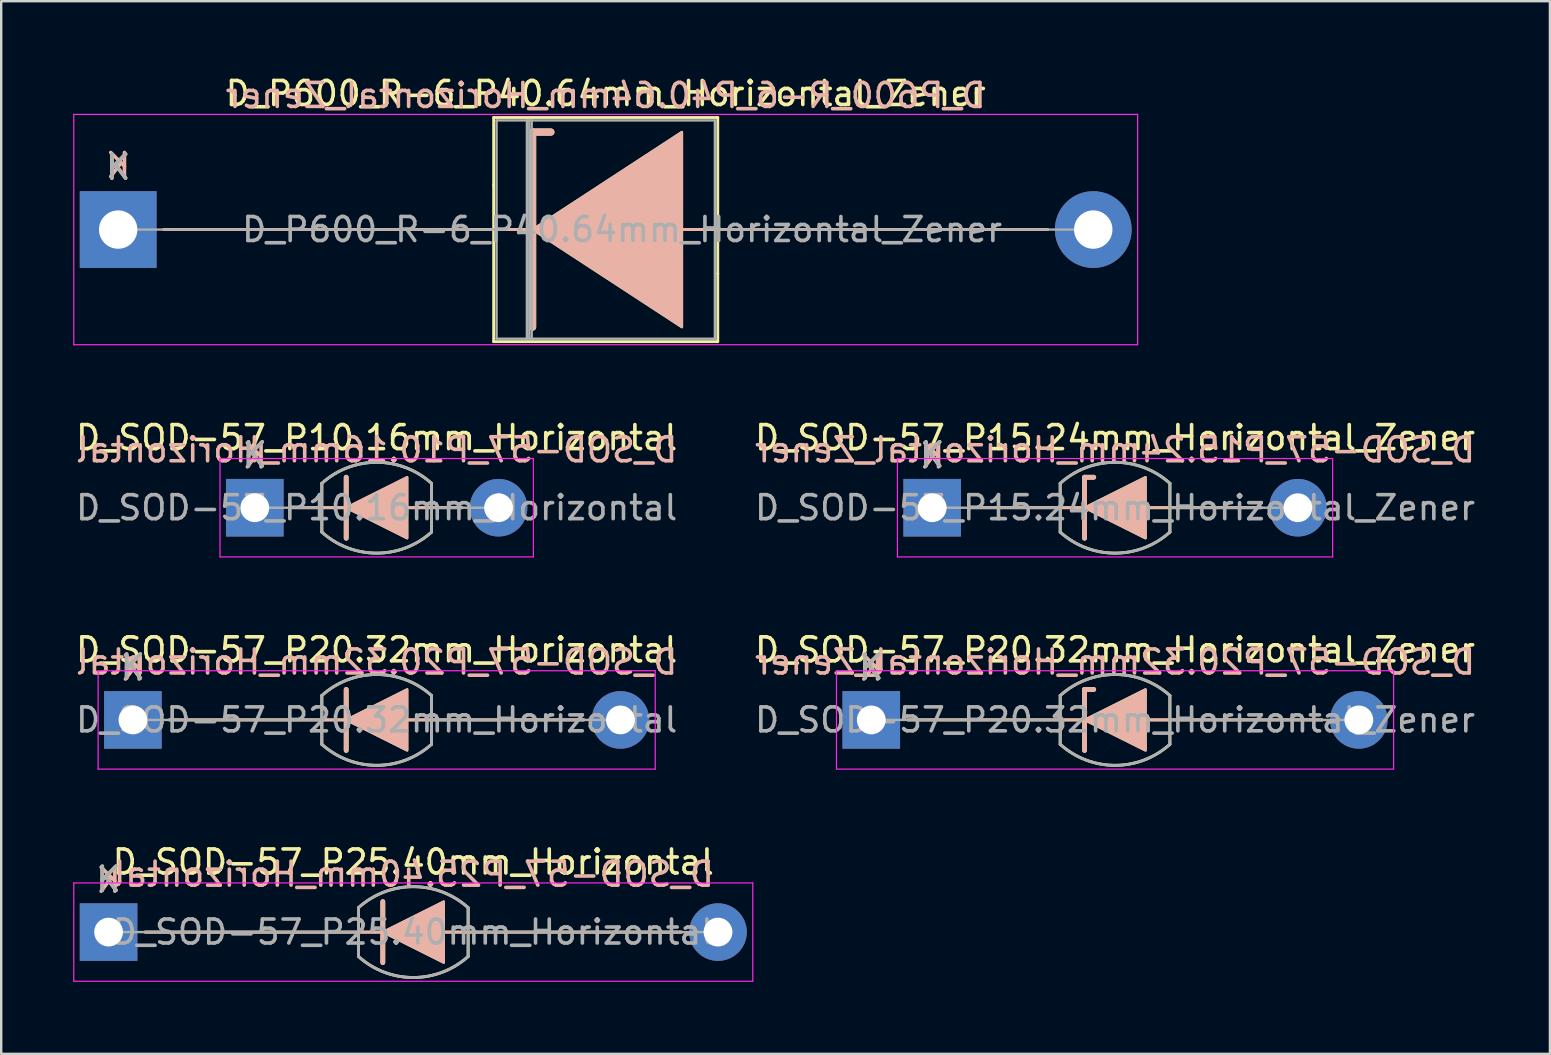
<source format=kicad_pcb>
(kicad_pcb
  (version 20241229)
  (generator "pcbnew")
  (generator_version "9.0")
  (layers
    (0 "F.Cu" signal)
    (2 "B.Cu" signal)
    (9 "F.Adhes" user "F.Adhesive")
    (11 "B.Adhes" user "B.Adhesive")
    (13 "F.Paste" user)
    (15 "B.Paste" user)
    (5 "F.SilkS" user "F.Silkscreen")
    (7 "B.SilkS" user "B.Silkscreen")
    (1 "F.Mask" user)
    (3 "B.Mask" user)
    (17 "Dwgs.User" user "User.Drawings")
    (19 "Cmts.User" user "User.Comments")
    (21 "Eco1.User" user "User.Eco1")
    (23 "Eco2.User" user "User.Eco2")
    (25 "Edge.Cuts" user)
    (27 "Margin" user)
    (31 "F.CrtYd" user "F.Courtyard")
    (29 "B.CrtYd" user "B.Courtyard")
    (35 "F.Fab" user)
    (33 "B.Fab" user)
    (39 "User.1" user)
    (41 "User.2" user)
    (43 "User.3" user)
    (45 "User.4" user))
  (footprint "D_SOD-57_P10.16mm_Horizontal"
    (layer "F.Cu")
    (at 7.569 18.111)
    (property "Reference" "D_SOD-57_P10.16mm_Horizontal" (at 5.08 -2.92 0) (layer "F.SilkS") (effects (font (size 1 1) (thickness 0.15))))
    (fp_line (start 1.524 0) (end 8.636 0) (stroke (width 0.12) (type solid)) (layer "F.SilkS"))
    (fp_line (start 2.794 -1.016) (end 2.794 1.016) (stroke (width 0.12) (type solid)) (layer "F.SilkS"))
    (fp_line (start 3.81 1.27) (end 3.81 -1.27) (stroke (width 0.2) (type solid)) (layer "F.SilkS"))
    (fp_line (start 7.366 -1.016) (end 7.366 1.016) (stroke (width 0.12) (type solid)) (layer "F.SilkS"))
    (fp_arc (start 2.794 -1.016) (mid 5.079999 -1.89322) (end 7.365998 -1.016) (stroke (width 0.12) (type solid)) (layer "F.SilkS"))
    (fp_arc (start 7.366 1.016) (mid 5.080001 1.89322) (end 2.794002 1.016) (stroke (width 0.12) (type solid)) (layer "F.SilkS"))
    (fp_poly (pts (xy 6.35 1.27) (xy 3.81 0) (xy 6.35 -1.27)) (stroke (width 0.1) (type solid)) (fill yes) (layer "F.SilkS"))
    (fp_line (start 1.524 0) (end 8.636 0) (stroke (width 0.12) (type solid)) (layer "B.SilkS"))
    (fp_line (start 3.81 -1.27) (end 3.81 1.27) (stroke (width 0.2) (type solid)) (layer "B.SilkS"))
    (fp_poly (pts (xy 6.35 -1.27) (xy 3.81 0) (xy 6.35 1.27)) (stroke (width 0.1) (type solid)) (fill yes) (layer "B.SilkS"))
    (fp_line (start -1.45 -2.05) (end -1.45 2.05) (stroke (width 0.05) (type solid)) (layer "F.CrtYd"))
    (fp_line (start -1.45 2.05) (end 11.61 2.05) (stroke (width 0.05) (type solid)) (layer "F.CrtYd"))
    (fp_line (start 11.61 -2.05) (end -1.45 -2.05) (stroke (width 0.05) (type solid)) (layer "F.CrtYd"))
    (fp_line (start 11.61 2.05) (end 11.61 -2.05) (stroke (width 0.05) (type solid)) (layer "F.CrtYd"))
    (fp_line (start 0 0) (end 2.794 0) (stroke (width 0.1) (type solid)) (layer "F.Fab"))
    (fp_line (start 2.794 -1.016) (end 2.794 1.016) (stroke (width 0.12) (type solid)) (layer "F.Fab"))
    (fp_line (start 7.366 -1.016) (end 7.366 1.016) (stroke (width 0.12) (type solid)) (layer "F.Fab"))
    (fp_line (start 10.16 0) (end 7.366 0) (stroke (width 0.1) (type solid)) (layer "F.Fab"))
    (fp_arc (start 2.794 -1.016) (mid 5.08037 -1.894241) (end 7.367132 -1.017021) (stroke (width 0.12) (type solid)) (layer "F.Fab"))
    (fp_arc (start 7.367134 1.014979) (mid 5.080764 1.89322) (end 2.794002 1.016) (stroke (width 0.12) (type solid)) (layer "F.Fab"))
    (fp_text user "K" (at 0 -2.2 0) (layer "F.SilkS") (effects (font (size 1 1) (thickness 0.15))))
    (fp_text user "K" (at 0 -2.159 0) (layer "B.SilkS") (effects (font (size 1 1) (thickness 0.15)) (justify mirror)))
    (fp_text user "${REFERENCE}" (at 5.08 -2.413 0) (layer "B.SilkS") (effects (font (size 1 1) (thickness 0.15)) (justify mirror)))
    (fp_text user "K" (at 0 -2.2 0) (layer "F.Fab") (effects (font (size 1 1) (thickness 0.15))))
    (fp_text user "${REFERENCE}" (at 5.08 0 0) (layer "F.Fab") (effects (font (size 1 1) (thickness 0.15))))
    (pad "1" thru_hole rect (at 0 0) (size 2.4 2.4) (drill 1.2) (layers "*.Cu" "*.Mask"))
    (pad "2" thru_hole oval (at 10.16 0) (size 2.4 2.4) (drill 1.2) (layers "*.Cu" "*.Mask")))
  (footprint "D_SOD-57_P25.40mm_Horizontal"
    (layer "F.Cu")
    (at 1.475 35.798)
    (property "Reference" "D_SOD-57_P25.40mm_Horizontal" (at 12.7 -2.92 0) (layer "F.SilkS") (effects (font (size 1 1) (thickness 0.15))))
    (fp_line (start 1.524 0) (end 23.876 0) (stroke (width 0.12) (type solid)) (layer "F.SilkS"))
    (fp_line (start 10.414 -1.016) (end 10.414 1.016) (stroke (width 0.12) (type solid)) (layer "F.SilkS"))
    (fp_line (start 11.43 1.27) (end 11.43 -1.27) (stroke (width 0.2) (type solid)) (layer "F.SilkS"))
    (fp_line (start 14.986 -1.016) (end 14.986 1.016) (stroke (width 0.12) (type solid)) (layer "F.SilkS"))
    (fp_arc (start 10.414 -1.016) (mid 12.699999 -1.89322) (end 14.985998 -1.016) (stroke (width 0.12) (type solid)) (layer "F.SilkS"))
    (fp_arc (start 14.986 1.016) (mid 12.700001 1.89322) (end 10.414002 1.016) (stroke (width 0.12) (type solid)) (layer "F.SilkS"))
    (fp_poly (pts (xy 13.97 1.27) (xy 11.43 0) (xy 13.97 -1.27)) (stroke (width 0.1) (type solid)) (fill yes) (layer "F.SilkS"))
    (fp_line (start 1.524 0) (end 23.876 0) (stroke (width 0.12) (type solid)) (layer "B.SilkS"))
    (fp_line (start 11.43 -1.27) (end 11.43 1.27) (stroke (width 0.2) (type solid)) (layer "B.SilkS"))
    (fp_poly (pts (xy 13.97 -1.27) (xy 11.43 0) (xy 13.97 1.27)) (stroke (width 0.1) (type solid)) (fill yes) (layer "B.SilkS"))
    (fp_line (start -1.45 -2.05) (end -1.45 2.05) (stroke (width 0.05) (type solid)) (layer "F.CrtYd"))
    (fp_line (start -1.45 2.05) (end 26.85 2.05) (stroke (width 0.05) (type solid)) (layer "F.CrtYd"))
    (fp_line (start 26.85 -2.05) (end -1.45 -2.05) (stroke (width 0.05) (type solid)) (layer "F.CrtYd"))
    (fp_line (start 26.85 2.05) (end 26.85 -2.05) (stroke (width 0.05) (type solid)) (layer "F.CrtYd"))
    (fp_line (start 0 0) (end 10.414 0) (stroke (width 0.1) (type solid)) (layer "F.Fab"))
    (fp_line (start 10.414 -1.016) (end 10.414 1.016) (stroke (width 0.12) (type solid)) (layer "F.Fab"))
    (fp_line (start 14.986 -1.016) (end 14.986 1.016) (stroke (width 0.12) (type solid)) (layer "F.Fab"))
    (fp_line (start 25.4 0) (end 14.986 0) (stroke (width 0.1) (type solid)) (layer "F.Fab"))
    (fp_arc (start 10.414 -1.016) (mid 12.70037 -1.894241) (end 14.987132 -1.017021) (stroke (width 0.12) (type solid)) (layer "F.Fab"))
    (fp_arc (start 14.987134 1.014979) (mid 12.700764 1.89322) (end 10.414002 1.016) (stroke (width 0.12) (type solid)) (layer "F.Fab"))
    (fp_text user "K" (at 0 -2.2 0) (layer "F.SilkS") (effects (font (size 1 1) (thickness 0.15))))
    (fp_text user "K" (at 0 -2.159 0) (layer "B.SilkS") (effects (font (size 1 1) (thickness 0.15)) (justify mirror)))
    (fp_text user "${REFERENCE}" (at 12.7 -2.413 0) (layer "B.SilkS") (effects (font (size 1 1) (thickness 0.15)) (justify mirror)))
    (fp_text user "K" (at 0 -2.2 0) (layer "F.Fab") (effects (font (size 1 1) (thickness 0.15))))
    (fp_text user "${REFERENCE}" (at 12.7 0 0) (layer "F.Fab") (effects (font (size 1 1) (thickness 0.15))))
    (pad "1" thru_hole rect (at 0 0) (size 2.4 2.4) (drill 1.2) (layers "*.Cu" "*.Mask"))
    (pad "2" thru_hole oval (at 25.4 0) (size 2.4 2.4) (drill 1.2) (layers "*.Cu" "*.Mask")))
  (footprint "D_P600_R-6_P40.64mm_Horizontal_Zener"
    (layer "F.Cu")
    (at 1.875 6.518)
    (property "Reference" "D_P600_R-6_P40.64mm_Horizontal_Zener" (at 20.32 -5.67 0) (layer "F.SilkS") (effects (font (size 1 1) (thickness 0.15))))
    (fp_line (start 15.65 -4.67) (end 24.99 -4.67) (stroke (width 0.12) (type solid)) (layer "F.SilkS"))
    (fp_line (start 15.65 -1.84) (end 15.65 -4.67) (stroke (width 0.12) (type solid)) (layer "F.SilkS"))
    (fp_line (start 15.65 -1.84) (end 15.65 4.67) (stroke (width 0.12) (type solid)) (layer "F.SilkS"))
    (fp_line (start 15.65 4.67) (end 24.99 4.67) (stroke (width 0.12) (type solid)) (layer "F.SilkS"))
    (fp_line (start 17.145 0) (end 1.905 0) (stroke (width 0.12) (type solid)) (layer "F.SilkS"))
    (fp_line (start 17.272 -4.064) (end 17.272 4.064) (stroke (width 0.3) (type solid)) (layer "F.SilkS"))
    (fp_line (start 17.272 -4.064) (end 18.034 -4.064) (stroke (width 0.3) (type solid)) (layer "F.SilkS"))
    (fp_line (start 23.368 0) (end 38.735 0) (stroke (width 0.12) (type solid)) (layer "F.SilkS"))
    (fp_line (start 24.99 -4.67) (end 24.99 1.84) (stroke (width 0.12) (type solid)) (layer "F.SilkS"))
    (fp_line (start 24.99 4.67) (end 24.99 1.84) (stroke (width 0.12) (type solid)) (layer "F.SilkS"))
    (fp_poly (pts (xy 23.495 4.064) (xy 17.272 0) (xy 23.495 -4.064)) (stroke (width 0.1) (type solid)) (fill yes) (layer "F.SilkS"))
    (fp_line (start 17.145 0) (end 1.905 0) (stroke (width 0.12) (type solid)) (layer "B.SilkS"))
    (fp_line (start 17.272 -4.064) (end 18.034 -4.064) (stroke (width 0.3) (type solid)) (layer "B.SilkS"))
    (fp_line (start 17.272 4.064) (end 17.272 -4.064) (stroke (width 0.3) (type solid)) (layer "B.SilkS"))
    (fp_line (start 23.368 0) (end 38.735 0) (stroke (width 0.12) (type solid)) (layer "B.SilkS"))
    (fp_poly (pts (xy 23.495 -4.064) (xy 17.272 0) (xy 23.495 4.064)) (stroke (width 0.1) (type solid)) (fill yes) (layer "B.SilkS"))
    (fp_line (start -1.85 -4.8) (end -1.85 4.8) (stroke (width 0.05) (type solid)) (layer "F.CrtYd"))
    (fp_line (start -1.85 4.8) (end 42.49 4.8) (stroke (width 0.05) (type solid)) (layer "F.CrtYd"))
    (fp_line (start 42.49 -4.8) (end -1.85 -4.8) (stroke (width 0.05) (type solid)) (layer "F.CrtYd"))
    (fp_line (start 42.49 4.8) (end 42.49 -4.8) (stroke (width 0.05) (type solid)) (layer "F.CrtYd"))
    (fp_line (start 0 0) (end 15.77 0) (stroke (width 0.1) (type solid)) (layer "F.Fab"))
    (fp_line (start 15.77 -4.55) (end 15.77 4.55) (stroke (width 0.1) (type solid)) (layer "F.Fab"))
    (fp_line (start 15.77 4.55) (end 24.87 4.55) (stroke (width 0.1) (type solid)) (layer "F.Fab"))
    (fp_line (start 17.035 -4.55) (end 17.035 4.55) (stroke (width 0.1) (type solid)) (layer "F.Fab"))
    (fp_line (start 17.135 -4.55) (end 17.135 4.55) (stroke (width 0.1) (type solid)) (layer "F.Fab"))
    (fp_line (start 17.235 -4.55) (end 17.235 4.55) (stroke (width 0.1) (type solid)) (layer "F.Fab"))
    (fp_line (start 24.87 -4.55) (end 15.77 -4.55) (stroke (width 0.1) (type solid)) (layer "F.Fab"))
    (fp_line (start 24.87 4.55) (end 24.87 -4.55) (stroke (width 0.1) (type solid)) (layer "F.Fab"))
    (fp_line (start 40.64 0) (end 24.87 0) (stroke (width 0.1) (type solid)) (layer "F.Fab"))
    (fp_text user "K" (at 0 -2.6 0) (layer "F.SilkS") (effects (font (size 1 1) (thickness 0.15))))
    (fp_text user "${REFERENCE}" (at 20.32 -5.588 0) (layer "B.SilkS") (effects (font (size 1 1) (thickness 0.15)) (justify mirror)))
    (fp_text user "K" (at 0 -2.667 0) (layer "B.SilkS") (effects (font (size 1 1) (thickness 0.15)) (justify mirror)))
    (fp_text user "${REFERENCE}" (at 21.003 0 0) (layer "F.Fab") (effects (font (size 1 1) (thickness 0.15))))
    (fp_text user "K" (at 0 -2.6 0) (layer "F.Fab") (effects (font (size 1 1) (thickness 0.15))))
    (pad "1" thru_hole rect (at 0 0) (size 3.2 3.2) (drill 1.6) (layers "*.Cu" "*.Mask"))
    (pad "2" thru_hole oval (at 40.64 0) (size 3.2 3.2) (drill 1.6) (layers "*.Cu" "*.Mask")))
  (footprint "D_SOD-57_P20.32mm_Horizontal"
    (layer "F.Cu")
    (at 2.489 26.955)
    (property "Reference" "D_SOD-57_P20.32mm_Horizontal" (at 10.16 -2.92 0) (layer "F.SilkS") (effects (font (size 1 1) (thickness 0.15))))
    (fp_line (start 1.524 0) (end 18.796 0) (stroke (width 0.12) (type solid)) (layer "F.SilkS"))
    (fp_line (start 7.874 -1.016) (end 7.874 1.016) (stroke (width 0.12) (type solid)) (layer "F.SilkS"))
    (fp_line (start 8.89 1.27) (end 8.89 -1.27) (stroke (width 0.2) (type solid)) (layer "F.SilkS"))
    (fp_line (start 12.446 -1.016) (end 12.446 1.016) (stroke (width 0.12) (type solid)) (layer "F.SilkS"))
    (fp_arc (start 7.874 -1.016) (mid 10.159999 -1.89322) (end 12.445998 -1.016) (stroke (width 0.12) (type solid)) (layer "F.SilkS"))
    (fp_arc (start 12.446 1.016) (mid 10.160001 1.89322) (end 7.874002 1.016) (stroke (width 0.12) (type solid)) (layer "F.SilkS"))
    (fp_poly (pts (xy 11.43 1.27) (xy 8.89 0) (xy 11.43 -1.27)) (stroke (width 0.1) (type solid)) (fill yes) (layer "F.SilkS"))
    (fp_line (start 1.524 0) (end 18.796 0) (stroke (width 0.12) (type solid)) (layer "B.SilkS"))
    (fp_line (start 8.89 -1.27) (end 8.89 1.27) (stroke (width 0.2) (type solid)) (layer "B.SilkS"))
    (fp_poly (pts (xy 11.43 -1.27) (xy 8.89 0) (xy 11.43 1.27)) (stroke (width 0.1) (type solid)) (fill yes) (layer "B.SilkS"))
    (fp_line (start -1.45 -2.05) (end -1.45 2.05) (stroke (width 0.05) (type solid)) (layer "F.CrtYd"))
    (fp_line (start -1.45 2.05) (end 21.77 2.05) (stroke (width 0.05) (type solid)) (layer "F.CrtYd"))
    (fp_line (start 21.77 -2.05) (end -1.45 -2.05) (stroke (width 0.05) (type solid)) (layer "F.CrtYd"))
    (fp_line (start 21.77 2.05) (end 21.77 -2.05) (stroke (width 0.05) (type solid)) (layer "F.CrtYd"))
    (fp_line (start 0 0) (end 7.874 0) (stroke (width 0.1) (type solid)) (layer "F.Fab"))
    (fp_line (start 7.874 -1.016) (end 7.874 1.016) (stroke (width 0.12) (type solid)) (layer "F.Fab"))
    (fp_line (start 12.446 -1.016) (end 12.446 1.016) (stroke (width 0.12) (type solid)) (layer "F.Fab"))
    (fp_line (start 20.32 0) (end 12.446 0) (stroke (width 0.1) (type solid)) (layer "F.Fab"))
    (fp_arc (start 7.874 -1.016) (mid 10.16037 -1.894241) (end 12.447132 -1.017021) (stroke (width 0.12) (type solid)) (layer "F.Fab"))
    (fp_arc (start 12.447134 1.014979) (mid 10.160764 1.89322) (end 7.874002 1.016) (stroke (width 0.12) (type solid)) (layer "F.Fab"))
    (fp_text user "K" (at 0 -2.2 0) (layer "F.SilkS") (effects (font (size 1 1) (thickness 0.15))))
    (fp_text user "${REFERENCE}" (at 10.16 -2.413 0) (layer "B.SilkS") (effects (font (size 1 1) (thickness 0.15)) (justify mirror)))
    (fp_text user "K" (at 0 -2.159 0) (layer "B.SilkS") (effects (font (size 1 1) (thickness 0.15)) (justify mirror)))
    (fp_text user "${REFERENCE}" (at 10.16 0 0) (layer "F.Fab") (effects (font (size 1 1) (thickness 0.15))))
    (fp_text user "K" (at 0 -2.2 0) (layer "F.Fab") (effects (font (size 1 1) (thickness 0.15))))
    (pad "1" thru_hole rect (at 0 0) (size 2.4 2.4) (drill 1.2) (layers "*.Cu" "*.Mask"))
    (pad "2" thru_hole oval (at 20.32 0) (size 2.4 2.4) (drill 1.2) (layers "*.Cu" "*.Mask")))
  (footprint "D_SOD-57_P20.32mm_Horizontal_Zener"
    (layer "F.Cu")
    (at 33.263 26.955)
    (property "Reference" "D_SOD-57_P20.32mm_Horizontal_Zener" (at 10.16 -2.92 0) (layer "F.SilkS") (effects (font (size 1 1) (thickness 0.15))))
    (fp_line (start 1.524 0) (end 18.796 0) (stroke (width 0.12) (type solid)) (layer "F.SilkS"))
    (fp_line (start 7.874 -1.016) (end 7.874 1.016) (stroke (width 0.12) (type solid)) (layer "F.SilkS"))
    (fp_line (start 8.89 -1.27) (end 9.271 -1.27) (stroke (width 0.2) (type solid)) (layer "F.SilkS"))
    (fp_line (start 8.89 1.27) (end 8.89 -1.27) (stroke (width 0.2) (type solid)) (layer "F.SilkS"))
    (fp_line (start 12.446 -1.016) (end 12.446 1.016) (stroke (width 0.12) (type solid)) (layer "F.SilkS"))
    (fp_arc (start 7.874 -1.016) (mid 10.159999 -1.89322) (end 12.445998 -1.016) (stroke (width 0.12) (type solid)) (layer "F.SilkS"))
    (fp_arc (start 12.446 1.016) (mid 10.160001 1.89322) (end 7.874002 1.016) (stroke (width 0.12) (type solid)) (layer "F.SilkS"))
    (fp_poly (pts (xy 11.43 1.27) (xy 8.89 0) (xy 11.43 -1.27)) (stroke (width 0.1) (type solid)) (fill yes) (layer "F.SilkS"))
    (fp_line (start 1.524 0) (end 18.796 0) (stroke (width 0.12) (type solid)) (layer "B.SilkS"))
    (fp_line (start 8.89 -1.27) (end 8.89 1.27) (stroke (width 0.2) (type solid)) (layer "B.SilkS"))
    (fp_line (start 8.89 -1.27) (end 9.271 -1.27) (stroke (width 0.2) (type solid)) (layer "B.SilkS"))
    (fp_poly (pts (xy 11.43 -1.27) (xy 8.89 0) (xy 11.43 1.27)) (stroke (width 0.1) (type solid)) (fill yes) (layer "B.SilkS"))
    (fp_line (start -1.45 -2.05) (end -1.45 2.05) (stroke (width 0.05) (type solid)) (layer "F.CrtYd"))
    (fp_line (start -1.45 2.05) (end 21.77 2.05) (stroke (width 0.05) (type solid)) (layer "F.CrtYd"))
    (fp_line (start 21.77 -2.05) (end -1.45 -2.05) (stroke (width 0.05) (type solid)) (layer "F.CrtYd"))
    (fp_line (start 21.77 2.05) (end 21.77 -2.05) (stroke (width 0.05) (type solid)) (layer "F.CrtYd"))
    (fp_line (start 0 0) (end 7.874 0) (stroke (width 0.1) (type solid)) (layer "F.Fab"))
    (fp_line (start 7.874 -1.016) (end 7.874 1.016) (stroke (width 0.12) (type solid)) (layer "F.Fab"))
    (fp_line (start 12.446 -1.016) (end 12.446 1.016) (stroke (width 0.12) (type solid)) (layer "F.Fab"))
    (fp_line (start 20.32 0) (end 12.446 0) (stroke (width 0.1) (type solid)) (layer "F.Fab"))
    (fp_arc (start 7.874 -1.016) (mid 10.16037 -1.894241) (end 12.447132 -1.017021) (stroke (width 0.12) (type solid)) (layer "F.Fab"))
    (fp_arc (start 12.447134 1.014979) (mid 10.160764 1.89322) (end 7.874002 1.016) (stroke (width 0.12) (type solid)) (layer "F.Fab"))
    (fp_text user "K" (at 0 -2.2 0) (layer "F.SilkS") (effects (font (size 1 1) (thickness 0.15))))
    (fp_text user "K" (at 0 -2.159 0) (layer "B.SilkS") (effects (font (size 1 1) (thickness 0.15)) (justify mirror)))
    (fp_text user "${REFERENCE}" (at 10.16 -2.413 0) (layer "B.SilkS") (effects (font (size 1 1) (thickness 0.15)) (justify mirror)))
    (fp_text user "K" (at 0 -2.2 0) (layer "F.Fab") (effects (font (size 1 1) (thickness 0.15))))
    (fp_text user "${REFERENCE}" (at 10.16 0 0) (layer "F.Fab") (effects (font (size 1 1) (thickness 0.15))))
    (pad "1" thru_hole rect (at 0 0) (size 2.4 2.4) (drill 1.2) (layers "*.Cu" "*.Mask"))
    (pad "2" thru_hole oval (at 20.32 0) (size 2.4 2.4) (drill 1.2) (layers "*.Cu" "*.Mask")))
  (footprint "D_SOD-57_P15.24mm_Horizontal_Zener"
    (layer "F.Cu")
    (at 35.803 18.111)
    (property "Reference" "D_SOD-57_P15.24mm_Horizontal_Zener" (at 7.62 -2.92 0) (layer "F.SilkS") (effects (font (size 1 1) (thickness 0.15))))
    (fp_line (start 1.524 0) (end 13.716 0) (stroke (width 0.12) (type solid)) (layer "F.SilkS"))
    (fp_line (start 5.334 -1.016) (end 5.334 1.016) (stroke (width 0.12) (type solid)) (layer "F.SilkS"))
    (fp_line (start 6.35 -1.27) (end 6.731 -1.27) (stroke (width 0.2) (type solid)) (layer "F.SilkS"))
    (fp_line (start 6.35 1.27) (end 6.35 -1.27) (stroke (width 0.2) (type solid)) (layer "F.SilkS"))
    (fp_line (start 9.906 -1.016) (end 9.906 1.016) (stroke (width 0.12) (type solid)) (layer "F.SilkS"))
    (fp_arc (start 5.334 -1.016) (mid 7.619999 -1.89322) (end 9.905998 -1.016) (stroke (width 0.12) (type solid)) (layer "F.SilkS"))
    (fp_arc (start 9.906 1.016) (mid 7.620001 1.89322) (end 5.334002 1.016) (stroke (width 0.12) (type solid)) (layer "F.SilkS"))
    (fp_poly (pts (xy 8.89 1.27) (xy 6.35 0) (xy 8.89 -1.27)) (stroke (width 0.1) (type solid)) (fill yes) (layer "F.SilkS"))
    (fp_line (start 1.524 0) (end 13.716 0) (stroke (width 0.12) (type solid)) (layer "B.SilkS"))
    (fp_line (start 6.35 -1.27) (end 6.35 1.27) (stroke (width 0.2) (type solid)) (layer "B.SilkS"))
    (fp_line (start 6.35 -1.27) (end 6.731 -1.27) (stroke (width 0.2) (type solid)) (layer "B.SilkS"))
    (fp_poly (pts (xy 8.89 -1.27) (xy 6.35 0) (xy 8.89 1.27)) (stroke (width 0.1) (type solid)) (fill yes) (layer "B.SilkS"))
    (fp_line (start -1.45 -2.05) (end -1.45 2.05) (stroke (width 0.05) (type solid)) (layer "F.CrtYd"))
    (fp_line (start -1.45 2.05) (end 16.69 2.05) (stroke (width 0.05) (type solid)) (layer "F.CrtYd"))
    (fp_line (start 16.69 -2.05) (end -1.45 -2.05) (stroke (width 0.05) (type solid)) (layer "F.CrtYd"))
    (fp_line (start 16.69 2.05) (end 16.69 -2.05) (stroke (width 0.05) (type solid)) (layer "F.CrtYd"))
    (fp_line (start 0 0) (end 5.334 0) (stroke (width 0.1) (type solid)) (layer "F.Fab"))
    (fp_line (start 5.334 -1.016) (end 5.334 1.016) (stroke (width 0.12) (type solid)) (layer "F.Fab"))
    (fp_line (start 9.906 -1.016) (end 9.906 1.016) (stroke (width 0.12) (type solid)) (layer "F.Fab"))
    (fp_line (start 15.24 0) (end 9.906 0) (stroke (width 0.1) (type solid)) (layer "F.Fab"))
    (fp_arc (start 5.334 -1.016) (mid 7.62037 -1.894241) (end 9.907132 -1.017021) (stroke (width 0.12) (type solid)) (layer "F.Fab"))
    (fp_arc (start 9.907134 1.014979) (mid 7.620764 1.89322) (end 5.334002 1.016) (stroke (width 0.12) (type solid)) (layer "F.Fab"))
    (fp_text user "K" (at 0 -2.2 0) (layer "F.SilkS") (effects (font (size 1 1) (thickness 0.15))))
    (fp_text user "${REFERENCE}" (at 7.62 -2.413 0) (layer "B.SilkS") (effects (font (size 1 1) (thickness 0.15)) (justify mirror)))
    (fp_text user "K" (at 0 -2.159 0) (layer "B.SilkS") (effects (font (size 1 1) (thickness 0.15)) (justify mirror)))
    (fp_text user "K" (at 0 -2.2 0) (layer "F.Fab") (effects (font (size 1 1) (thickness 0.15))))
    (fp_text user "${REFERENCE}" (at 7.62 0 0) (layer "F.Fab") (effects (font (size 1 1) (thickness 0.15))))
    (pad "1" thru_hole rect (at 0 0) (size 2.4 2.4) (drill 1.2) (layers "*.Cu" "*.Mask"))
    (pad "2" thru_hole oval (at 15.24 0) (size 2.4 2.4) (drill 1.2) (layers "*.Cu" "*.Mask")))
  (gr_rect
    (start -3 -3)
    (end 61.548 40.873)
    (stroke (width 0.1) (type default))
    (fill no)
    (layer "Edge.Cuts")))
</source>
